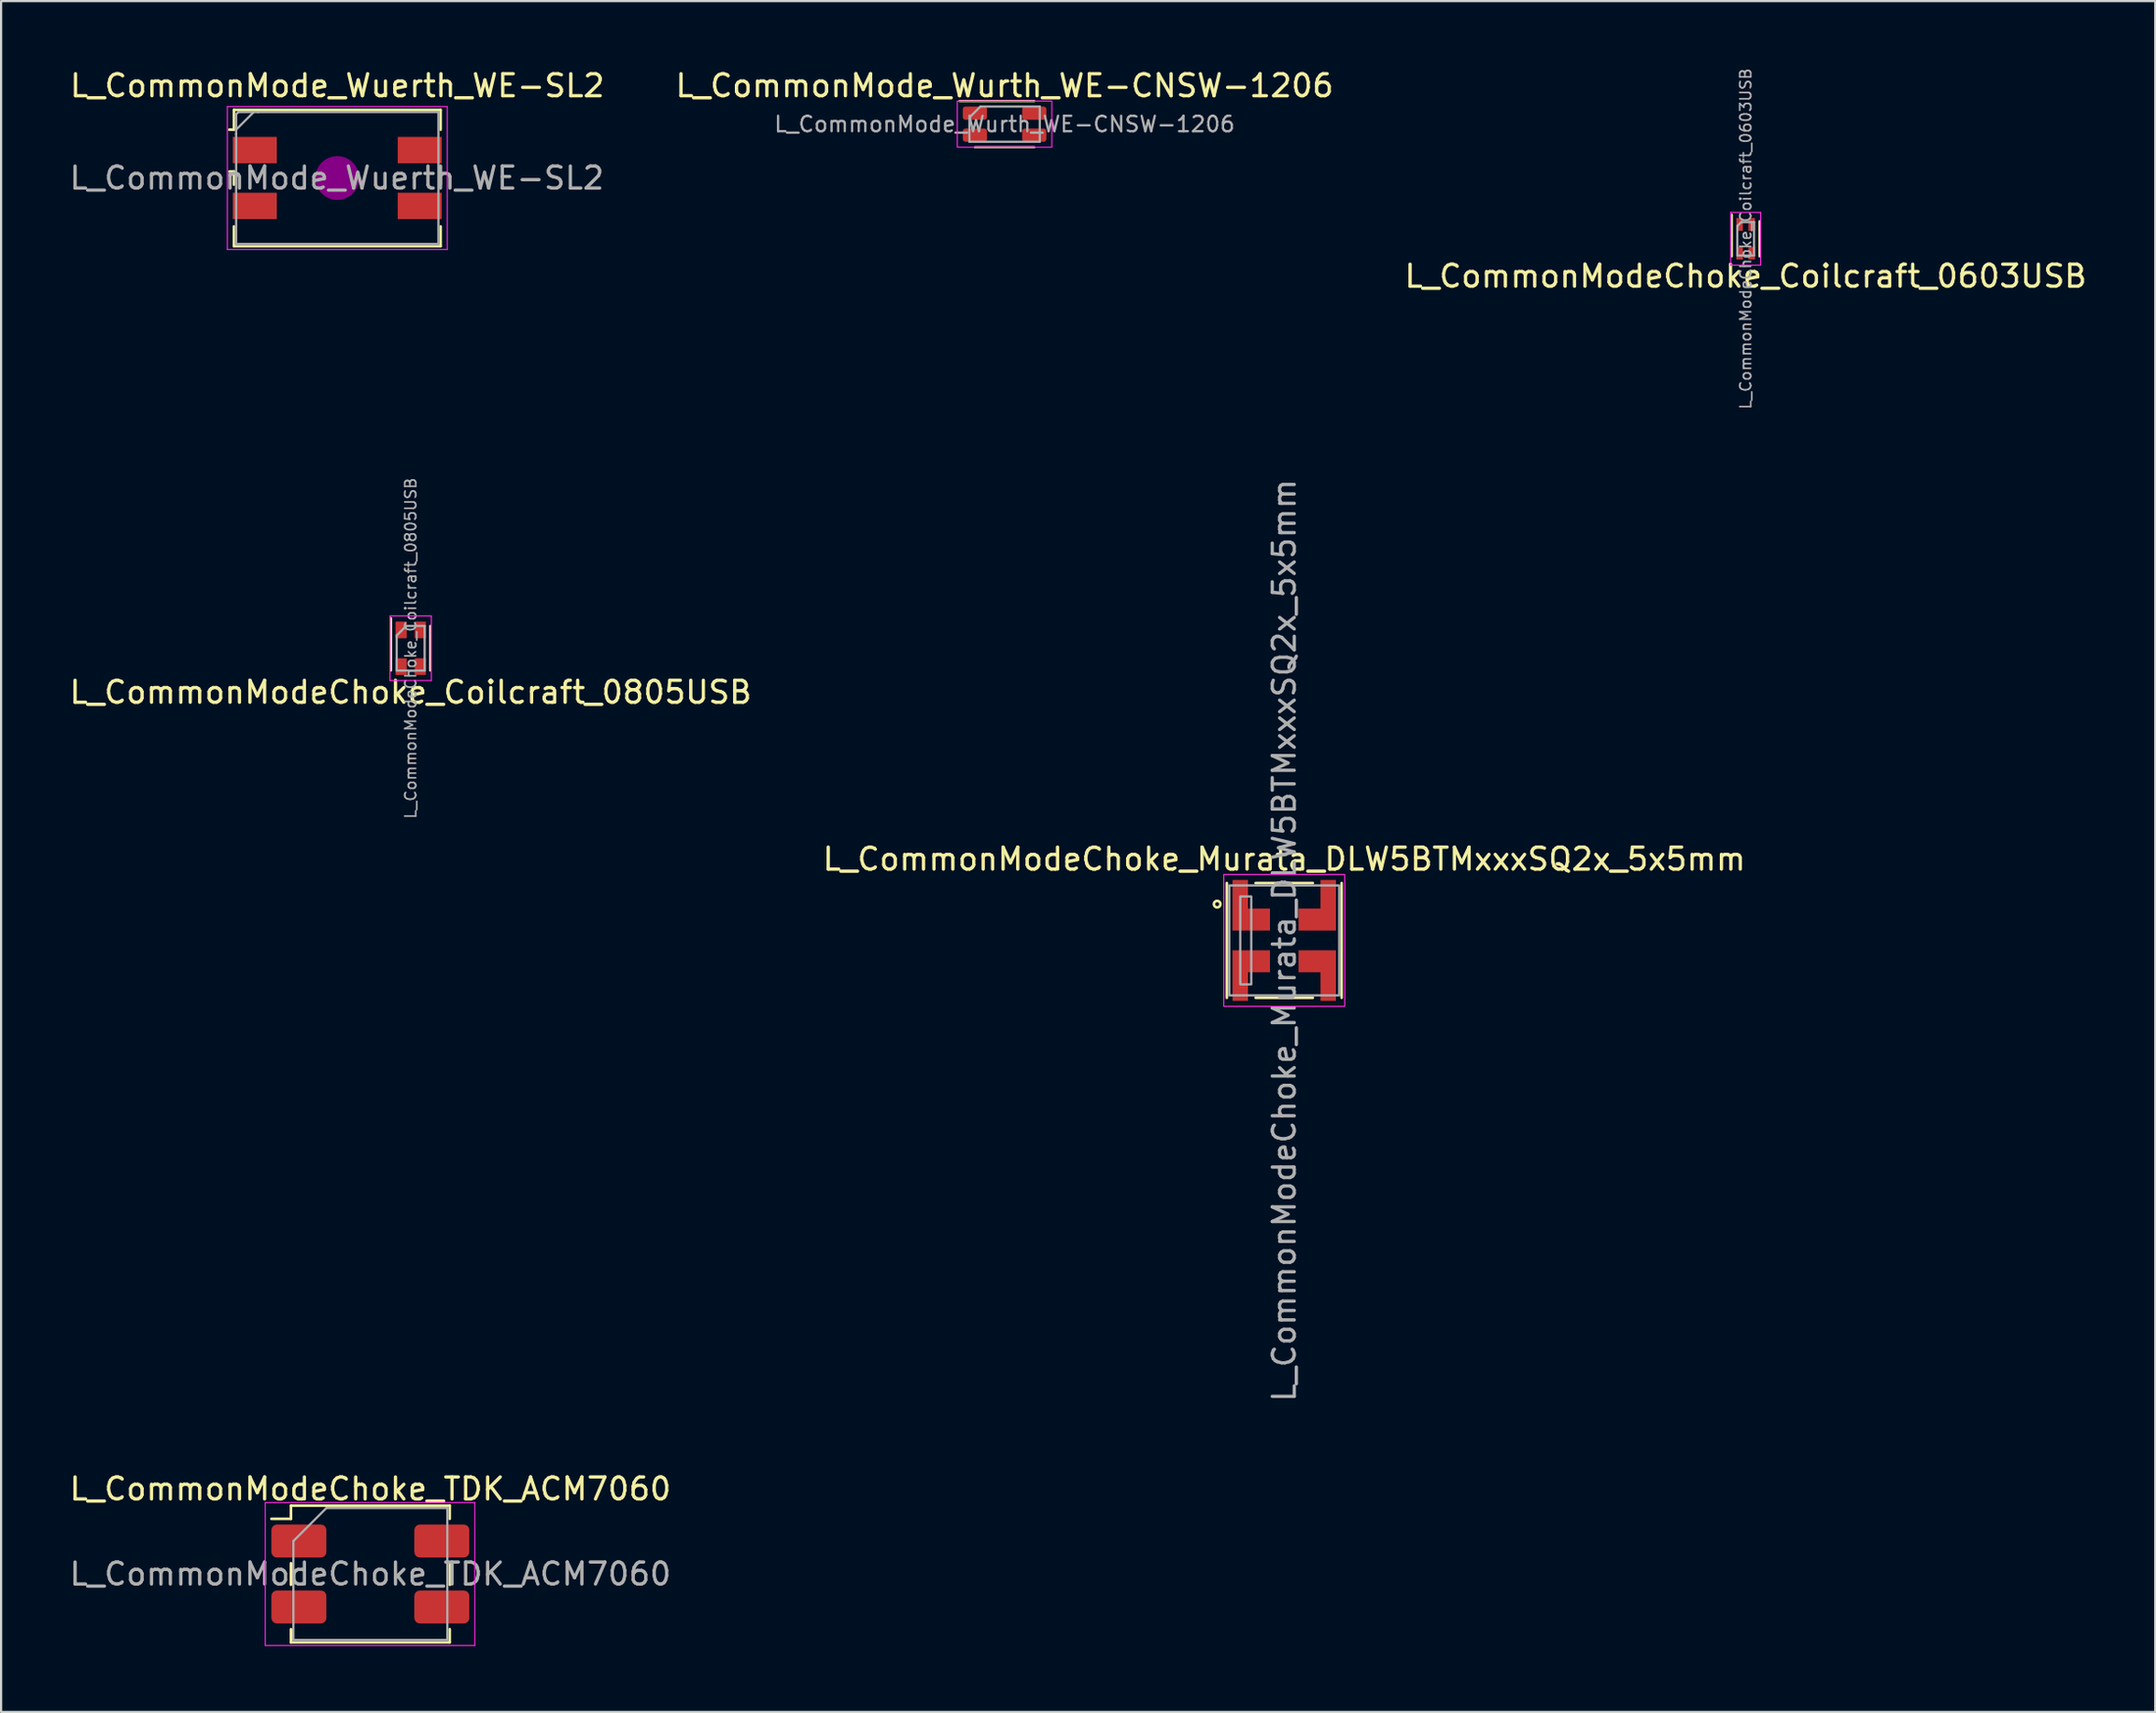
<source format=kicad_pcb>
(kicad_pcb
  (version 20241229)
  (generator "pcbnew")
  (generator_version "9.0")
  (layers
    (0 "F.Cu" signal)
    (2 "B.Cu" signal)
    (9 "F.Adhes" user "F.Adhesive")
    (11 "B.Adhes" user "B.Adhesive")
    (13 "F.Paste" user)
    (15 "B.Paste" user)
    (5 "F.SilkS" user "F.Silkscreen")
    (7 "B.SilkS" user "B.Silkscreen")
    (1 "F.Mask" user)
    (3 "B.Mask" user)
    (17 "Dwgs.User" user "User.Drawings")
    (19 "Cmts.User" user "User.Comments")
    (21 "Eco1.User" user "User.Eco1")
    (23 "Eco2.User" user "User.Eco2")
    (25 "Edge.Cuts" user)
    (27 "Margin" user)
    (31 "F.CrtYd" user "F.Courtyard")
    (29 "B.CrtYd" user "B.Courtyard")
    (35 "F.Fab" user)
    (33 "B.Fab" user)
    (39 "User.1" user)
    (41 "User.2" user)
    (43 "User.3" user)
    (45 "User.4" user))
  (footprint "L_CommonMode_Wuerth_WE-SL2"
    (layer "F.Cu")
    (at 12.288 5.048)
    (property "Reference" "L_CommonMode_Wuerth_WE-SL2" (at 0 -4.2 0) (layer "F.SilkS") (effects (font (size 1 1) (thickness 0.15))))
    (attr smd)
    (fp_line (start -4.9 -2.2) (end -4.8 -2.2) (stroke (width 0.12) (type solid)) (layer "F.SilkS"))
    (fp_line (start -4.9 -0.3) (end -4.7 -0.3) (stroke (width 0.12) (type solid)) (layer "F.SilkS"))
    (fp_line (start -4.7 -3.1) (end -4.7 -2.2) (stroke (width 0.12) (type solid)) (layer "F.SilkS"))
    (fp_line (start -4.7 -3.1) (end 4.7 -3.1) (stroke (width 0.12) (type solid)) (layer "F.SilkS"))
    (fp_line (start -4.7 -2.2) (end -4.9 -2.2) (stroke (width 0.12) (type solid)) (layer "F.SilkS"))
    (fp_line (start -4.7 -0.3) (end -4.7 0.3) (stroke (width 0.12) (type solid)) (layer "F.SilkS"))
    (fp_line (start -4.7 3.1) (end -4.7 2.2) (stroke (width 0.12) (type solid)) (layer "F.SilkS"))
    (fp_line (start 4.7 -3.1) (end 4.7 -2.2) (stroke (width 0.12) (type solid)) (layer "F.SilkS"))
    (fp_line (start 4.7 -0.3) (end 4.7 0.3) (stroke (width 0.12) (type solid)) (layer "F.SilkS"))
    (fp_line (start 4.7 3.1) (end -4.7 3.1) (stroke (width 0.12) (type solid)) (layer "F.SilkS"))
    (fp_line (start 4.7 3.1) (end 4.7 2.2) (stroke (width 0.12) (type solid)) (layer "F.SilkS"))
    (fp_circle (center 0 0) (end 0.5 0) (stroke (width 1) (type solid)) (fill no) (layer "F.Adhes"))
    (fp_line (start -5 -3.25) (end 5 -3.25) (stroke (width 0.05) (type solid)) (layer "F.CrtYd"))
    (fp_line (start -5 3.25) (end -5 -3.25) (stroke (width 0.05) (type solid)) (layer "F.CrtYd"))
    (fp_line (start 5 -3.25) (end 5 3.25) (stroke (width 0.05) (type solid)) (layer "F.CrtYd"))
    (fp_line (start 5 3.25) (end -5 3.25) (stroke (width 0.05) (type solid)) (layer "F.CrtYd"))
    (fp_line (start -4.6 -2.9) (end -4.5 -3) (stroke (width 0.1) (type solid)) (layer "F.Fab"))
    (fp_line (start -4.6 -2.2) (end -3.8 -3) (stroke (width 0.1) (type solid)) (layer "F.Fab"))
    (fp_line (start -4.6 -2) (end -4.6 -2.9) (stroke (width 0.1) (type solid)) (layer "F.Fab"))
    (fp_line (start -4.6 -2) (end -4.6 3) (stroke (width 0.1) (type solid)) (layer "F.Fab"))
    (fp_line (start -4.5 -3) (end -3.6 -3) (stroke (width 0.1) (type solid)) (layer "F.Fab"))
    (fp_line (start -3.6 -3) (end 4.6 -3) (stroke (width 0.1) (type solid)) (layer "F.Fab"))
    (fp_line (start 4.6 -3) (end 4.6 3) (stroke (width 0.1) (type solid)) (layer "F.Fab"))
    (fp_line (start 4.6 3) (end -4.6 3) (stroke (width 0.1) (type solid)) (layer "F.Fab"))
    (fp_text user "${REFERENCE}" (at -0.02 0 0) (layer "F.Fab") (effects (font (size 1 1) (thickness 0.15))))
    (pad "1" smd rect (at -3.75 -1.27) (size 2 1.2) (layers "F.Cu" "F.Mask" "F.Paste"))
    (pad "2" smd rect (at -3.75 1.27) (size 2 1.2) (layers "F.Cu" "F.Mask" "F.Paste"))
    (pad "3" smd rect (at 3.75 1.27) (size 2 1.2) (layers "F.Cu" "F.Mask" "F.Paste"))
    (pad "4" smd rect (at 3.75 -1.27) (size 2 1.2) (layers "F.Cu" "F.Mask" "F.Paste")))
  (footprint "L_CommonModeChoke_Coilcraft_0603USB"
    (layer "F.Cu")
    (at 76.335 7.812)
    (property "Reference" "L_CommonModeChoke_Coilcraft_0603USB" (at 0 1.7 0) (layer "F.SilkS") (effects (font (size 1 1) (thickness 0.15))))
    (attr smd)
    (fp_line (start -0.63 -1.1) (end -0.63 0.8) (stroke (width 0.1) (type solid)) (layer "F.SilkS"))
    (fp_line (start 0.63 0.8) (end 0.63 -0.8) (stroke (width 0.1) (type solid)) (layer "F.SilkS"))
    (fp_line (start -0.68 -1.2) (end 0.68 -1.2) (stroke (width 0.05) (type solid)) (layer "F.CrtYd"))
    (fp_line (start -0.68 1.2) (end -0.68 -1.2) (stroke (width 0.05) (type solid)) (layer "F.CrtYd"))
    (fp_line (start -0.68 1.2) (end 0.68 1.2) (stroke (width 0.05) (type solid)) (layer "F.CrtYd"))
    (fp_line (start 0.68 1.2) (end 0.68 -1.2) (stroke (width 0.05) (type solid)) (layer "F.CrtYd"))
    (fp_line (start -0.38 -0.58) (end -0.38 0.76) (stroke (width 0.1) (type solid)) (layer "F.Fab"))
    (fp_line (start -0.38 -0.58) (end -0.2 -0.76) (stroke (width 0.1) (type solid)) (layer "F.Fab"))
    (fp_line (start -0.38 0.76) (end 0.38 0.76) (stroke (width 0.1) (type solid)) (layer "F.Fab"))
    (fp_line (start -0.2 -0.76) (end 0.38 -0.76) (stroke (width 0.1) (type solid)) (layer "F.Fab"))
    (fp_line (start 0.38 -0.76) (end 0.38 0.76) (stroke (width 0.1) (type solid)) (layer "F.Fab"))
    (fp_text user "${REFERENCE}" (at 0 0 90) (layer "F.Fab") (effects (font (size 0.5 0.5) (thickness 0.075))))
    (pad "1" smd roundrect (at -0.275 -0.655) (size 0.3 0.58) (layers "F.Cu" "F.Mask" "F.Paste") (roundrect_rratio 0.05))
    (pad "2" smd roundrect (at -0.275 0.655) (size 0.3 0.58) (layers "F.Cu" "F.Mask" "F.Paste") (roundrect_rratio 0.05))
    (pad "3" smd roundrect (at 0.275 0.655) (size 0.3 0.58) (layers "F.Cu" "F.Mask" "F.Paste") (roundrect_rratio 0.05))
    (pad "4" smd roundrect (at 0.275 -0.655) (size 0.3 0.58) (layers "F.Cu" "F.Mask" "F.Paste") (roundrect_rratio 0.05)))
  (footprint "L_CommonModeChoke_TDK_ACM7060"
    (layer "F.Cu")
    (at 13.792 68.546)
    (property "Reference" "L_CommonModeChoke_TDK_ACM7060" (at 0 -3.87 0) (layer "F.SilkS") (effects (font (size 1 1) (thickness 0.15))))
    (attr smd)
    (fp_line (start -3.61 -3.11) (end 3.61 -3.11) (stroke (width 0.12) (type solid)) (layer "F.SilkS"))
    (fp_line (start -3.61 -2.51) (end -4.5 -2.51) (stroke (width 0.12) (type solid)) (layer "F.SilkS"))
    (fp_line (start -3.61 -2.51) (end -3.61 -3.11) (stroke (width 0.12) (type solid)) (layer "F.SilkS"))
    (fp_line (start -3.61 0.49) (end -3.61 -0.49) (stroke (width 0.12) (type solid)) (layer "F.SilkS"))
    (fp_line (start -3.61 3.11) (end -3.61 2.51) (stroke (width 0.12) (type solid)) (layer "F.SilkS"))
    (fp_line (start -3.61 3.11) (end 3.61 3.11) (stroke (width 0.12) (type solid)) (layer "F.SilkS"))
    (fp_line (start 3.61 -2.51) (end 3.61 -3.11) (stroke (width 0.12) (type solid)) (layer "F.SilkS"))
    (fp_line (start 3.61 0.49) (end 3.61 -0.49) (stroke (width 0.12) (type solid)) (layer "F.SilkS"))
    (fp_line (start 3.61 3.11) (end 3.61 2.51) (stroke (width 0.12) (type solid)) (layer "F.SilkS"))
    (fp_line (start -4.78 -3.25) (end 4.75 -3.25) (stroke (width 0.05) (type solid)) (layer "F.CrtYd"))
    (fp_line (start -4.78 3.25) (end -4.78 -3.25) (stroke (width 0.05) (type solid)) (layer "F.CrtYd"))
    (fp_line (start -4.78 3.25) (end 4.75 3.25) (stroke (width 0.05) (type solid)) (layer "F.CrtYd"))
    (fp_line (start 4.75 3.25) (end 4.75 -3.25) (stroke (width 0.05) (type solid)) (layer "F.CrtYd"))
    (fp_line (start -3.5 -1.5) (end -2 -3) (stroke (width 0.1) (type solid)) (layer "F.Fab"))
    (fp_line (start -3.5 3) (end -3.5 -1.5) (stroke (width 0.1) (type solid)) (layer "F.Fab"))
    (fp_line (start -2 -3) (end 3.5 -3) (stroke (width 0.1) (type solid)) (layer "F.Fab"))
    (fp_line (start 3.5 -3) (end 3.5 3) (stroke (width 0.1) (type solid)) (layer "F.Fab"))
    (fp_line (start 3.5 3) (end -3.5 3) (stroke (width 0.1) (type solid)) (layer "F.Fab"))
    (fp_text user "${REFERENCE}" (at 0 0 0) (layer "F.Fab") (effects (font (size 1 1) (thickness 0.15))))
    (pad "1" smd roundrect (at -3.25 -1.5) (size 2.5 1.5) (layers "F.Cu" "F.Mask" "F.Paste") (roundrect_rratio 0.167))
    (pad "2" smd roundrect (at -3.25 1.5) (size 2.5 1.5) (layers "F.Cu" "F.Mask" "F.Paste") (roundrect_rratio 0.167))
    (pad "3" smd roundrect (at 3.25 1.5) (size 2.5 1.5) (layers "F.Cu" "F.Mask" "F.Paste") (roundrect_rratio 0.167))
    (pad "4" smd roundrect (at 3.25 -1.5) (size 2.5 1.5) (layers "F.Cu" "F.Mask" "F.Paste") (roundrect_rratio 0.167)))
  (footprint "L_CommonModeChoke_Murata_DLW5BTMxxxSQ2x_5x5mm"
    (layer "F.Cu")
    (at 55.351 39.726)
    (property "Reference" "L_CommonModeChoke_Murata_DLW5BTMxxxSQ2x_5x5mm" (at 0 -3.7 0) (layer "F.SilkS") (effects (font (size 1 1) (thickness 0.15))))
    (attr smd)
    (fp_line (start -2.61 -2.61) (end -2.61 2.61) (stroke (width 0.12) (type solid)) (layer "F.SilkS"))
    (fp_line (start -1.3 -2.61) (end 1.3 -2.61) (stroke (width 0.12) (type solid)) (layer "F.SilkS"))
    (fp_line (start -1.3 2.61) (end 1.3 2.61) (stroke (width 0.12) (type solid)) (layer "F.SilkS"))
    (fp_line (start 2.61 -2.61) (end 2.61 2.61) (stroke (width 0.12) (type solid)) (layer "F.SilkS"))
    (fp_circle (center -3.05 -1.65) (end -3.05 -1.5) (stroke (width 0.12) (type solid)) (fill no) (layer "F.SilkS"))
    (fp_rect (start -2.75 -3) (end 2.75 3) (stroke (width 0.05) (type default)) (fill no) (layer "F.CrtYd"))
    (fp_rect (start -2.5 -2.5) (end 2.5 2.5) (stroke (width 0.1) (type default)) (fill no) (layer "F.Fab"))
    (fp_rect (start -2 -2) (end -1.5 2) (stroke (width 0.1) (type default)) (fill no) (layer "F.Fab"))
    (fp_text user "${REFERENCE}" (at 0 0 90) (layer "F.Fab") (effects (font (size 1 1) (thickness 0.15))))
    (pad "1" smd custom (at -1.5 -0.95 270) (size 1 1.7) (layers "F.Cu" "F.Mask" "F.Paste") (options (anchor rect)) (primitives (gr_poly (pts (xy -1.8 0.85) (xy 0.5 0.85) (xy 0.5 -0.85) (xy -0.5 -0.85) (xy -0.5 0.15) (xy -1.8 0.15)) (width 0) (fill yes))))
    (pad "2" smd custom (at -1.5 0.95 270) (size 1 1.7) (layers "F.Cu" "F.Mask" "F.Paste") (options (anchor rect)) (primitives (gr_poly (pts (xy 1.8 0.85) (xy -0.5 0.85) (xy -0.5 -0.85) (xy 0.5 -0.85) (xy 0.5 0.15) (xy 1.8 0.15)) (width 0) (fill yes))))
    (pad "3" smd custom (at 1.5 0.95 90) (size 1 1.7) (layers "F.Cu" "F.Mask" "F.Paste") (options (anchor rect)) (primitives (gr_poly (pts (xy -1.8 0.85) (xy 0.5 0.85) (xy 0.5 -0.85) (xy -0.5 -0.85) (xy -0.5 0.15) (xy -1.8 0.15)) (width 0) (fill yes))))
    (pad "4" smd custom (at 1.5 -0.95 90) (size 1 1.7) (layers "F.Cu" "F.Mask" "F.Paste") (options (anchor rect)) (primitives (gr_poly (pts (xy 1.8 0.85) (xy -0.5 0.85) (xy -0.5 -0.85) (xy 0.5 -0.85) (xy 0.5 0.15) (xy 1.8 0.15)) (width 0) (fill yes)))))
  (footprint "L_CommonModeChoke_Coilcraft_0805USB"
    (layer "F.Cu")
    (at 15.625 26.437)
    (property "Reference" "L_CommonModeChoke_Coilcraft_0805USB" (at 0 2 0) (layer "F.SilkS") (effects (font (size 1 1) (thickness 0.15))))
    (attr smd)
    (fp_line (start -0.89 -1.37) (end -0.89 1.015) (stroke (width 0.1) (type solid)) (layer "F.SilkS"))
    (fp_line (start 0.89 -1.015) (end 0.89 1.015) (stroke (width 0.1) (type solid)) (layer "F.SilkS"))
    (fp_line (start -0.94 -1.47) (end 0.94 -1.47) (stroke (width 0.05) (type solid)) (layer "F.CrtYd"))
    (fp_line (start -0.94 1.47) (end -0.94 -1.47) (stroke (width 0.05) (type solid)) (layer "F.CrtYd"))
    (fp_line (start -0.94 1.47) (end 0.94 1.47) (stroke (width 0.05) (type solid)) (layer "F.CrtYd"))
    (fp_line (start 0.94 1.47) (end 0.94 -1.47) (stroke (width 0.05) (type solid)) (layer "F.CrtYd"))
    (fp_line (start -0.635 -0.58) (end -0.635 1.015) (stroke (width 0.1) (type solid)) (layer "F.Fab"))
    (fp_line (start -0.635 -0.58) (end -0.205 -1.015) (stroke (width 0.1) (type solid)) (layer "F.Fab"))
    (fp_line (start -0.635 1.015) (end 0.635 1.015) (stroke (width 0.1) (type solid)) (layer "F.Fab"))
    (fp_line (start -0.205 -1.015) (end 0.635 -1.015) (stroke (width 0.1) (type solid)) (layer "F.Fab"))
    (fp_line (start 0.635 -1.015) (end 0.635 1.015) (stroke (width 0.1) (type solid)) (layer "F.Fab"))
    (fp_text user "${REFERENCE}" (at 0 0 90) (layer "F.Fab") (effects (font (size 0.5 0.5) (thickness 0.075))))
    (pad "1" smd roundrect (at -0.435 -0.835) (size 0.51 0.76) (layers "F.Cu" "F.Mask" "F.Paste") (roundrect_rratio 0.05))
    (pad "2" smd roundrect (at -0.435 0.835) (size 0.51 0.76) (layers "F.Cu" "F.Mask" "F.Paste") (roundrect_rratio 0.05))
    (pad "3" smd roundrect (at 0.435 0.835) (size 0.51 0.76) (layers "F.Cu" "F.Mask" "F.Paste") (roundrect_rratio 0.05))
    (pad "4" smd roundrect (at 0.435 -0.835) (size 0.51 0.76) (layers "F.Cu" "F.Mask" "F.Paste") (roundrect_rratio 0.05)))
  (footprint "L_CommonMode_Wurth_WE-CNSW-1206"
    (layer "F.Cu")
    (at 42.633 2.598)
    (property "Reference" "L_CommonMode_Wurth_WE-CNSW-1206" (at 0 -1.75 0) (unlocked yes) (layer "F.SilkS") (effects (font (size 1 1) (thickness 0.15))))
    (attr smd)
    (fp_line (start -2.05 -1.05) (end 1.35 -1.05) (stroke (width 0.1) (type default)) (layer "F.SilkS"))
    (fp_line (start -1.35 1.05) (end 1.35 1.05) (stroke (width 0.1) (type default)) (layer "F.SilkS"))
    (fp_rect (start -2.15 -1.05) (end 2.15 1.05) (stroke (width 0.05) (type default)) (fill no) (layer "F.CrtYd"))
    (fp_line (start -1.6 -0.3) (end -1.1 -0.8) (stroke (width 0.1) (type default)) (layer "F.Fab"))
    (fp_line (start -1.6 0.8) (end -1.6 -0.3) (stroke (width 0.1) (type default)) (layer "F.Fab"))
    (fp_line (start -1.1 -0.8) (end 1.6 -0.8) (stroke (width 0.1) (type default)) (layer "F.Fab"))
    (fp_line (start 1.6 -0.8) (end 1.6 0.8) (stroke (width 0.1) (type default)) (layer "F.Fab"))
    (fp_line (start 1.6 0.8) (end -1.6 0.8) (stroke (width 0.1) (type default)) (layer "F.Fab"))
    (fp_text user "${REFERENCE}" (at 0 0 0) (unlocked yes) (layer "F.Fab") (effects (font (size 0.7 0.7) (thickness 0.105))))
    (pad "1" smd roundrect (at -1.35 -0.5) (size 1.1 0.6) (layers "F.Cu" "F.Mask" "F.Paste") (roundrect_rratio 0.2))
    (pad "2" smd roundrect (at 1.35 -0.5) (size 1.1 0.6) (layers "F.Cu" "F.Mask" "F.Paste") (roundrect_rratio 0.2))
    (pad "3" smd roundrect (at 1.35 0.5) (size 1.1 0.6) (layers "F.Cu" "F.Mask" "F.Paste") (roundrect_rratio 0.2))
    (pad "4" smd roundrect (at -1.35 0.5) (size 1.1 0.6) (layers "F.Cu" "F.Mask" "F.Paste") (roundrect_rratio 0.2)))
  (gr_rect
    (start -3 -3)
    (end 94.96 74.821)
    (stroke (width 0.1) (type default))
    (fill no)
    (layer "Edge.Cuts")))
</source>
